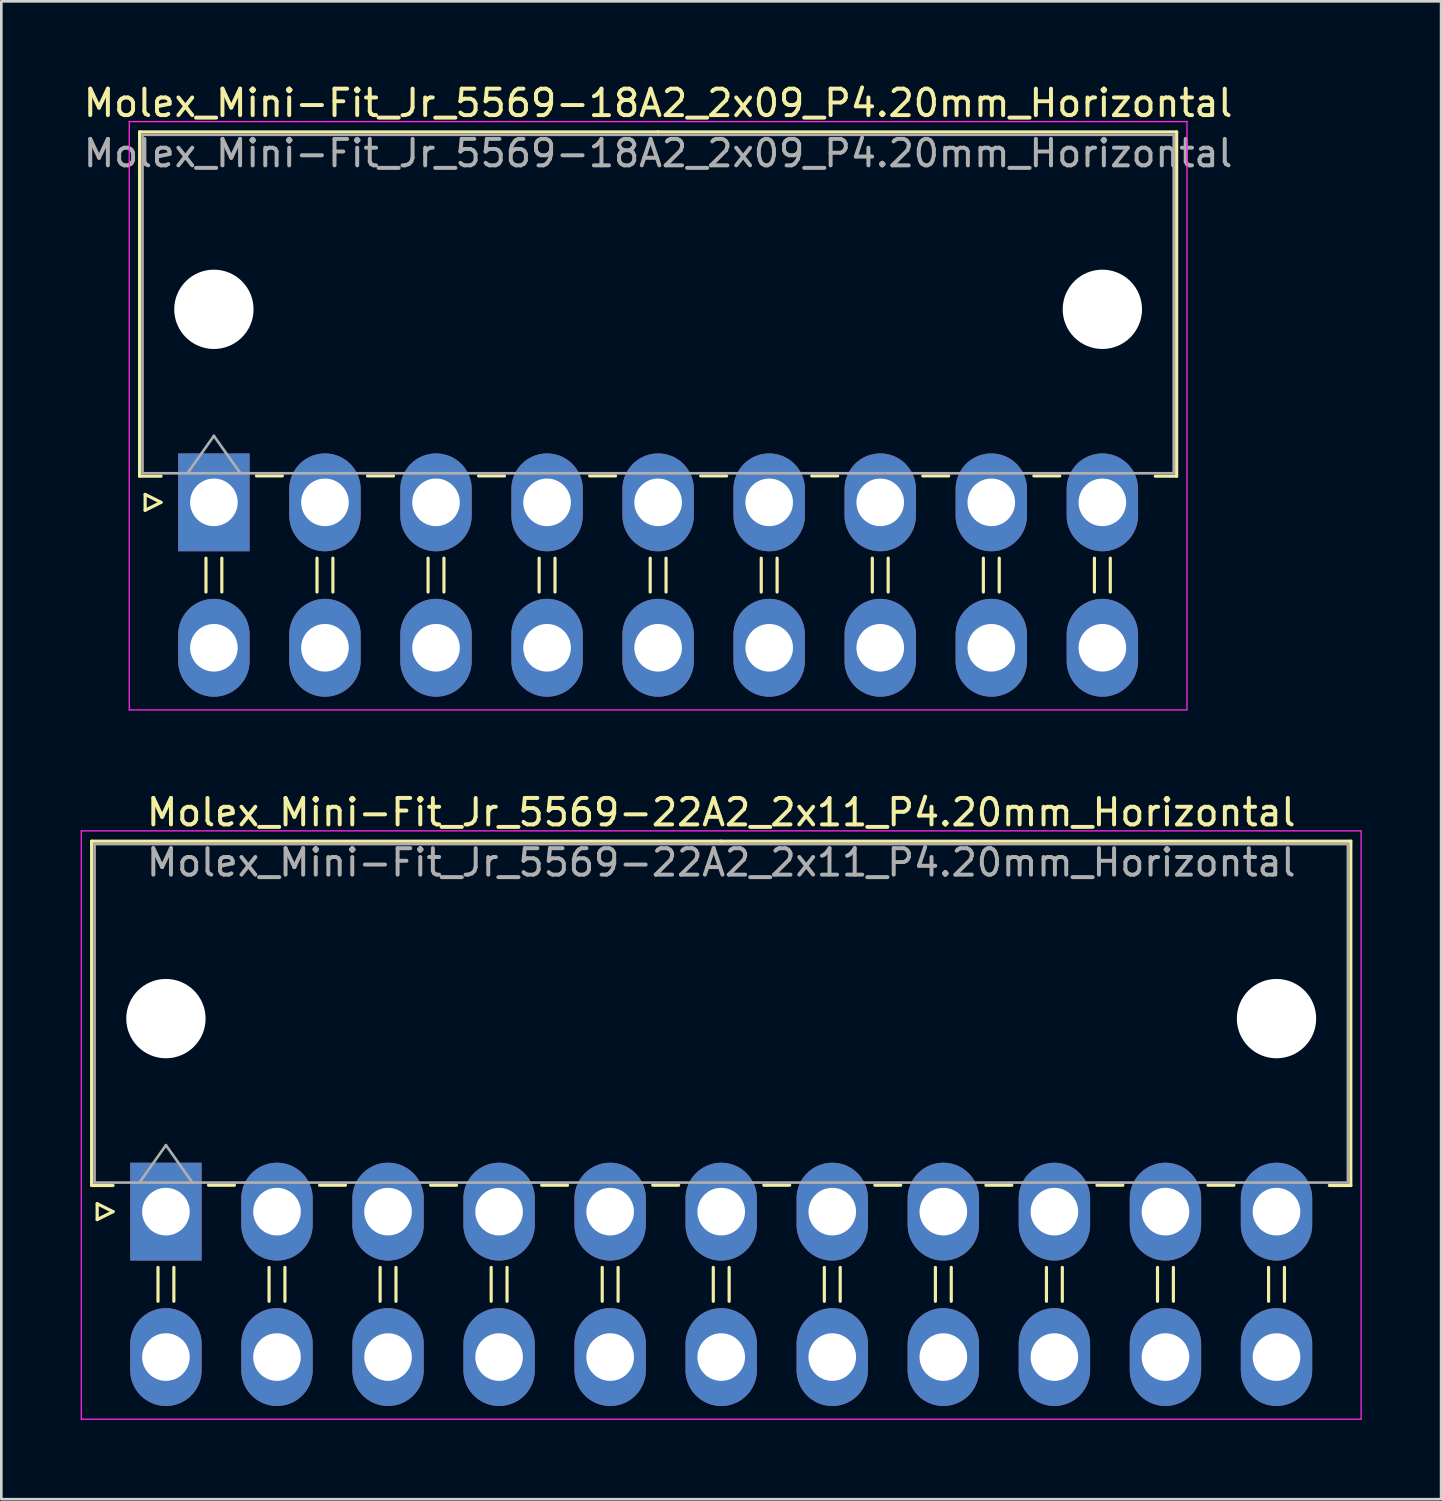
<source format=kicad_pcb>
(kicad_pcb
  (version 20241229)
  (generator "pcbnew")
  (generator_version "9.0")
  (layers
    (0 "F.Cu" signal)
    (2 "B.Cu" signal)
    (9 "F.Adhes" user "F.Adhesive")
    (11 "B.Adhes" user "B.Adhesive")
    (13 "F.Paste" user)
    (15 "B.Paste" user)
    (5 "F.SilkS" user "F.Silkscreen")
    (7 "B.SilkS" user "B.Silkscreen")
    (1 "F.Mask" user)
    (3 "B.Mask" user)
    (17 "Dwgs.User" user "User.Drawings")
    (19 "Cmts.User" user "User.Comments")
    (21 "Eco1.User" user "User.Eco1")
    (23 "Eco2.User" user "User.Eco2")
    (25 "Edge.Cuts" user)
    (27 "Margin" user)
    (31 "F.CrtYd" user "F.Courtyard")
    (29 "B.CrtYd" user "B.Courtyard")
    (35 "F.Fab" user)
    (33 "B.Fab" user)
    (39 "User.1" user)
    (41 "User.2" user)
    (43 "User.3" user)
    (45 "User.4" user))
  (footprint "Molex_Mini-Fit_Jr_5569-18A2_2x09_P4.20mm_Horizontal"
    (layer "F.Cu")
    (at 5.039 15.948)
    (property "Reference" "Molex_Mini-Fit_Jr_5569-18A2_2x09_P4.20mm_Horizontal" (at 16.8 -15.1 0) (layer "F.SilkS") (effects (font (size 1 1) (thickness 0.15))))
    (attr through_hole)
    (fp_line (start -2.81 -14.01) (end 16.8 -14.01) (stroke (width 0.12) (type solid)) (layer "F.SilkS"))
    (fp_line (start -2.81 -0.99) (end -2.81 -14.01) (stroke (width 0.12) (type solid)) (layer "F.SilkS"))
    (fp_line (start -2.6 -0.3) (end -2 0) (stroke (width 0.12) (type solid)) (layer "F.SilkS"))
    (fp_line (start -2.6 0.3) (end -2.6 -0.3) (stroke (width 0.12) (type solid)) (layer "F.SilkS"))
    (fp_line (start -2 -0.99) (end -2.81 -0.99) (stroke (width 0.12) (type solid)) (layer "F.SilkS"))
    (fp_line (start -2 0) (end -2.6 0.3) (stroke (width 0.12) (type solid)) (layer "F.SilkS"))
    (fp_line (start -0.3 2.11) (end -0.3 3.39) (stroke (width 0.12) (type solid)) (layer "F.SilkS"))
    (fp_line (start 0.3 2.11) (end 0.3 3.39) (stroke (width 0.12) (type solid)) (layer "F.SilkS"))
    (fp_line (start 1.61 -1) (end 2.59 -1) (stroke (width 0.12) (type solid)) (layer "F.SilkS"))
    (fp_line (start 3.9 2.11) (end 3.9 3.39) (stroke (width 0.12) (type solid)) (layer "F.SilkS"))
    (fp_line (start 4.5 2.11) (end 4.5 3.39) (stroke (width 0.12) (type solid)) (layer "F.SilkS"))
    (fp_line (start 5.81 -1) (end 6.79 -1) (stroke (width 0.12) (type solid)) (layer "F.SilkS"))
    (fp_line (start 8.1 2.11) (end 8.1 3.39) (stroke (width 0.12) (type solid)) (layer "F.SilkS"))
    (fp_line (start 8.7 2.11) (end 8.7 3.39) (stroke (width 0.12) (type solid)) (layer "F.SilkS"))
    (fp_line (start 10.01 -1) (end 10.99 -1) (stroke (width 0.12) (type solid)) (layer "F.SilkS"))
    (fp_line (start 12.3 2.11) (end 12.3 3.39) (stroke (width 0.12) (type solid)) (layer "F.SilkS"))
    (fp_line (start 12.9 2.11) (end 12.9 3.39) (stroke (width 0.12) (type solid)) (layer "F.SilkS"))
    (fp_line (start 14.21 -1) (end 15.19 -1) (stroke (width 0.12) (type solid)) (layer "F.SilkS"))
    (fp_line (start 16.5 2.11) (end 16.5 3.39) (stroke (width 0.12) (type solid)) (layer "F.SilkS"))
    (fp_line (start 17.1 2.11) (end 17.1 3.39) (stroke (width 0.12) (type solid)) (layer "F.SilkS"))
    (fp_line (start 18.41 -1) (end 19.39 -1) (stroke (width 0.12) (type solid)) (layer "F.SilkS"))
    (fp_line (start 20.7 2.11) (end 20.7 3.39) (stroke (width 0.12) (type solid)) (layer "F.SilkS"))
    (fp_line (start 21.3 2.11) (end 21.3 3.39) (stroke (width 0.12) (type solid)) (layer "F.SilkS"))
    (fp_line (start 22.61 -1) (end 23.59 -1) (stroke (width 0.12) (type solid)) (layer "F.SilkS"))
    (fp_line (start 24.9 2.11) (end 24.9 3.39) (stroke (width 0.12) (type solid)) (layer "F.SilkS"))
    (fp_line (start 25.5 2.11) (end 25.5 3.39) (stroke (width 0.12) (type solid)) (layer "F.SilkS"))
    (fp_line (start 26.81 -1) (end 27.79 -1) (stroke (width 0.12) (type solid)) (layer "F.SilkS"))
    (fp_line (start 29.1 2.11) (end 29.1 3.39) (stroke (width 0.12) (type solid)) (layer "F.SilkS"))
    (fp_line (start 29.7 2.11) (end 29.7 3.39) (stroke (width 0.12) (type solid)) (layer "F.SilkS"))
    (fp_line (start 31.01 -1) (end 31.99 -1) (stroke (width 0.12) (type solid)) (layer "F.SilkS"))
    (fp_line (start 33.3 2.11) (end 33.3 3.39) (stroke (width 0.12) (type solid)) (layer "F.SilkS"))
    (fp_line (start 33.9 2.11) (end 33.9 3.39) (stroke (width 0.12) (type solid)) (layer "F.SilkS"))
    (fp_line (start 35.6 -0.99) (end 36.41 -0.99) (stroke (width 0.12) (type solid)) (layer "F.SilkS"))
    (fp_line (start 36.41 -14.01) (end 16.8 -14.01) (stroke (width 0.12) (type solid)) (layer "F.SilkS"))
    (fp_line (start 36.41 -0.99) (end 36.41 -14.01) (stroke (width 0.12) (type solid)) (layer "F.SilkS"))
    (fp_line (start -3.2 -14.4) (end -3.2 7.85) (stroke (width 0.05) (type solid)) (layer "F.CrtYd"))
    (fp_line (start -3.2 7.85) (end 36.8 7.85) (stroke (width 0.05) (type solid)) (layer "F.CrtYd"))
    (fp_line (start 36.8 -14.4) (end -3.2 -14.4) (stroke (width 0.05) (type solid)) (layer "F.CrtYd"))
    (fp_line (start 36.8 7.85) (end 36.8 -14.4) (stroke (width 0.05) (type solid)) (layer "F.CrtYd"))
    (fp_line (start -2.7 -13.9) (end -2.7 -1.1) (stroke (width 0.1) (type solid)) (layer "F.Fab"))
    (fp_line (start -2.7 -1.1) (end 36.3 -1.1) (stroke (width 0.1) (type solid)) (layer "F.Fab"))
    (fp_line (start -1 -1.1) (end 0 -2.514) (stroke (width 0.1) (type solid)) (layer "F.Fab"))
    (fp_line (start 0 -2.514) (end 1 -1.1) (stroke (width 0.1) (type solid)) (layer "F.Fab"))
    (fp_line (start 36.3 -13.9) (end -2.7 -13.9) (stroke (width 0.1) (type solid)) (layer "F.Fab"))
    (fp_line (start 36.3 -1.1) (end 36.3 -13.9) (stroke (width 0.1) (type solid)) (layer "F.Fab"))
    (fp_text user "${REFERENCE}" (at 16.8 -13.2 0) (layer "F.Fab") (effects (font (size 1 1) (thickness 0.15))))
    (pad "" np_thru_hole circle (at 0 -7.3) (size 3 3) (drill 3) (layers "*.Cu" "*.Mask"))
    (pad "" np_thru_hole circle (at 33.6 -7.3) (size 3 3) (drill 3) (layers "*.Cu" "*.Mask"))
    (pad "1" thru_hole rect (at 0 0) (size 2.7 3.7) (drill 1.8) (layers "*.Cu" "*.Mask"))
    (pad "2" thru_hole oval (at 4.2 0) (size 2.7 3.7) (drill 1.8) (layers "*.Cu" "*.Mask"))
    (pad "3" thru_hole oval (at 8.4 0) (size 2.7 3.7) (drill 1.8) (layers "*.Cu" "*.Mask"))
    (pad "4" thru_hole oval (at 12.6 0) (size 2.7 3.7) (drill 1.8) (layers "*.Cu" "*.Mask"))
    (pad "5" thru_hole oval (at 16.8 0) (size 2.7 3.7) (drill 1.8) (layers "*.Cu" "*.Mask"))
    (pad "6" thru_hole oval (at 21 0) (size 2.7 3.7) (drill 1.8) (layers "*.Cu" "*.Mask"))
    (pad "7" thru_hole oval (at 25.2 0) (size 2.7 3.7) (drill 1.8) (layers "*.Cu" "*.Mask"))
    (pad "8" thru_hole oval (at 29.4 0) (size 2.7 3.7) (drill 1.8) (layers "*.Cu" "*.Mask"))
    (pad "9" thru_hole oval (at 33.6 0) (size 2.7 3.7) (drill 1.8) (layers "*.Cu" "*.Mask"))
    (pad "10" thru_hole oval (at 0 5.5) (size 2.7 3.7) (drill 1.8) (layers "*.Cu" "*.Mask"))
    (pad "11" thru_hole oval (at 4.2 5.5) (size 2.7 3.7) (drill 1.8) (layers "*.Cu" "*.Mask"))
    (pad "12" thru_hole oval (at 8.4 5.5) (size 2.7 3.7) (drill 1.8) (layers "*.Cu" "*.Mask"))
    (pad "13" thru_hole oval (at 12.6 5.5) (size 2.7 3.7) (drill 1.8) (layers "*.Cu" "*.Mask"))
    (pad "14" thru_hole oval (at 16.8 5.5) (size 2.7 3.7) (drill 1.8) (layers "*.Cu" "*.Mask"))
    (pad "15" thru_hole oval (at 21 5.5) (size 2.7 3.7) (drill 1.8) (layers "*.Cu" "*.Mask"))
    (pad "16" thru_hole oval (at 25.2 5.5) (size 2.7 3.7) (drill 1.8) (layers "*.Cu" "*.Mask"))
    (pad "17" thru_hole oval (at 29.4 5.5) (size 2.7 3.7) (drill 1.8) (layers "*.Cu" "*.Mask"))
    (pad "18" thru_hole oval (at 33.6 5.5) (size 2.7 3.7) (drill 1.8) (layers "*.Cu" "*.Mask")))
  (footprint "Molex_Mini-Fit_Jr_5569-22A2_2x11_P4.20mm_Horizontal"
    (layer "F.Cu")
    (at 3.225 42.772)
    (property "Reference" "Molex_Mini-Fit_Jr_5569-22A2_2x11_P4.20mm_Horizontal" (at 21 -15.1 0) (layer "F.SilkS") (effects (font (size 1 1) (thickness 0.15))))
    (attr through_hole)
    (fp_line (start -2.81 -14.01) (end 21 -14.01) (stroke (width 0.12) (type solid)) (layer "F.SilkS"))
    (fp_line (start -2.81 -0.99) (end -2.81 -14.01) (stroke (width 0.12) (type solid)) (layer "F.SilkS"))
    (fp_line (start -2.6 -0.3) (end -2 0) (stroke (width 0.12) (type solid)) (layer "F.SilkS"))
    (fp_line (start -2.6 0.3) (end -2.6 -0.3) (stroke (width 0.12) (type solid)) (layer "F.SilkS"))
    (fp_line (start -2 -0.99) (end -2.81 -0.99) (stroke (width 0.12) (type solid)) (layer "F.SilkS"))
    (fp_line (start -2 0) (end -2.6 0.3) (stroke (width 0.12) (type solid)) (layer "F.SilkS"))
    (fp_line (start -0.3 2.11) (end -0.3 3.39) (stroke (width 0.12) (type solid)) (layer "F.SilkS"))
    (fp_line (start 0.3 2.11) (end 0.3 3.39) (stroke (width 0.12) (type solid)) (layer "F.SilkS"))
    (fp_line (start 1.61 -1) (end 2.59 -1) (stroke (width 0.12) (type solid)) (layer "F.SilkS"))
    (fp_line (start 3.9 2.11) (end 3.9 3.39) (stroke (width 0.12) (type solid)) (layer "F.SilkS"))
    (fp_line (start 4.5 2.11) (end 4.5 3.39) (stroke (width 0.12) (type solid)) (layer "F.SilkS"))
    (fp_line (start 5.81 -1) (end 6.79 -1) (stroke (width 0.12) (type solid)) (layer "F.SilkS"))
    (fp_line (start 8.1 2.11) (end 8.1 3.39) (stroke (width 0.12) (type solid)) (layer "F.SilkS"))
    (fp_line (start 8.7 2.11) (end 8.7 3.39) (stroke (width 0.12) (type solid)) (layer "F.SilkS"))
    (fp_line (start 10.01 -1) (end 10.99 -1) (stroke (width 0.12) (type solid)) (layer "F.SilkS"))
    (fp_line (start 12.3 2.11) (end 12.3 3.39) (stroke (width 0.12) (type solid)) (layer "F.SilkS"))
    (fp_line (start 12.9 2.11) (end 12.9 3.39) (stroke (width 0.12) (type solid)) (layer "F.SilkS"))
    (fp_line (start 14.21 -1) (end 15.19 -1) (stroke (width 0.12) (type solid)) (layer "F.SilkS"))
    (fp_line (start 16.5 2.11) (end 16.5 3.39) (stroke (width 0.12) (type solid)) (layer "F.SilkS"))
    (fp_line (start 17.1 2.11) (end 17.1 3.39) (stroke (width 0.12) (type solid)) (layer "F.SilkS"))
    (fp_line (start 18.41 -1) (end 19.39 -1) (stroke (width 0.12) (type solid)) (layer "F.SilkS"))
    (fp_line (start 20.7 2.11) (end 20.7 3.39) (stroke (width 0.12) (type solid)) (layer "F.SilkS"))
    (fp_line (start 21.3 2.11) (end 21.3 3.39) (stroke (width 0.12) (type solid)) (layer "F.SilkS"))
    (fp_line (start 22.61 -1) (end 23.59 -1) (stroke (width 0.12) (type solid)) (layer "F.SilkS"))
    (fp_line (start 24.9 2.11) (end 24.9 3.39) (stroke (width 0.12) (type solid)) (layer "F.SilkS"))
    (fp_line (start 25.5 2.11) (end 25.5 3.39) (stroke (width 0.12) (type solid)) (layer "F.SilkS"))
    (fp_line (start 26.81 -1) (end 27.79 -1) (stroke (width 0.12) (type solid)) (layer "F.SilkS"))
    (fp_line (start 29.1 2.11) (end 29.1 3.39) (stroke (width 0.12) (type solid)) (layer "F.SilkS"))
    (fp_line (start 29.7 2.11) (end 29.7 3.39) (stroke (width 0.12) (type solid)) (layer "F.SilkS"))
    (fp_line (start 31.01 -1) (end 31.99 -1) (stroke (width 0.12) (type solid)) (layer "F.SilkS"))
    (fp_line (start 33.3 2.11) (end 33.3 3.39) (stroke (width 0.12) (type solid)) (layer "F.SilkS"))
    (fp_line (start 33.9 2.11) (end 33.9 3.39) (stroke (width 0.12) (type solid)) (layer "F.SilkS"))
    (fp_line (start 35.21 -1) (end 36.19 -1) (stroke (width 0.12) (type solid)) (layer "F.SilkS"))
    (fp_line (start 37.5 2.11) (end 37.5 3.39) (stroke (width 0.12) (type solid)) (layer "F.SilkS"))
    (fp_line (start 38.1 2.11) (end 38.1 3.39) (stroke (width 0.12) (type solid)) (layer "F.SilkS"))
    (fp_line (start 39.41 -1) (end 40.39 -1) (stroke (width 0.12) (type solid)) (layer "F.SilkS"))
    (fp_line (start 41.7 2.11) (end 41.7 3.39) (stroke (width 0.12) (type solid)) (layer "F.SilkS"))
    (fp_line (start 42.3 2.11) (end 42.3 3.39) (stroke (width 0.12) (type solid)) (layer "F.SilkS"))
    (fp_line (start 44 -0.99) (end 44.81 -0.99) (stroke (width 0.12) (type solid)) (layer "F.SilkS"))
    (fp_line (start 44.81 -14.01) (end 21 -14.01) (stroke (width 0.12) (type solid)) (layer "F.SilkS"))
    (fp_line (start 44.81 -0.99) (end 44.81 -14.01) (stroke (width 0.12) (type solid)) (layer "F.SilkS"))
    (fp_line (start -3.2 -14.4) (end -3.2 7.85) (stroke (width 0.05) (type solid)) (layer "F.CrtYd"))
    (fp_line (start -3.2 7.85) (end 45.2 7.85) (stroke (width 0.05) (type solid)) (layer "F.CrtYd"))
    (fp_line (start 45.2 -14.4) (end -3.2 -14.4) (stroke (width 0.05) (type solid)) (layer "F.CrtYd"))
    (fp_line (start 45.2 7.85) (end 45.2 -14.4) (stroke (width 0.05) (type solid)) (layer "F.CrtYd"))
    (fp_line (start -2.7 -13.9) (end -2.7 -1.1) (stroke (width 0.1) (type solid)) (layer "F.Fab"))
    (fp_line (start -2.7 -1.1) (end 44.7 -1.1) (stroke (width 0.1) (type solid)) (layer "F.Fab"))
    (fp_line (start -1 -1.1) (end 0 -2.514) (stroke (width 0.1) (type solid)) (layer "F.Fab"))
    (fp_line (start 0 -2.514) (end 1 -1.1) (stroke (width 0.1) (type solid)) (layer "F.Fab"))
    (fp_line (start 44.7 -13.9) (end -2.7 -13.9) (stroke (width 0.1) (type solid)) (layer "F.Fab"))
    (fp_line (start 44.7 -1.1) (end 44.7 -13.9) (stroke (width 0.1) (type solid)) (layer "F.Fab"))
    (fp_text user "${REFERENCE}" (at 21 -13.2 0) (layer "F.Fab") (effects (font (size 1 1) (thickness 0.15))))
    (pad "" np_thru_hole circle (at 0 -7.3) (size 3 3) (drill 3) (layers "*.Cu" "*.Mask"))
    (pad "" np_thru_hole circle (at 42 -7.3) (size 3 3) (drill 3) (layers "*.Cu" "*.Mask"))
    (pad "1" thru_hole rect (at 0 0) (size 2.7 3.7) (drill 1.8) (layers "*.Cu" "*.Mask"))
    (pad "2" thru_hole oval (at 4.2 0) (size 2.7 3.7) (drill 1.8) (layers "*.Cu" "*.Mask"))
    (pad "3" thru_hole oval (at 8.4 0) (size 2.7 3.7) (drill 1.8) (layers "*.Cu" "*.Mask"))
    (pad "4" thru_hole oval (at 12.6 0) (size 2.7 3.7) (drill 1.8) (layers "*.Cu" "*.Mask"))
    (pad "5" thru_hole oval (at 16.8 0) (size 2.7 3.7) (drill 1.8) (layers "*.Cu" "*.Mask"))
    (pad "6" thru_hole oval (at 21 0) (size 2.7 3.7) (drill 1.8) (layers "*.Cu" "*.Mask"))
    (pad "7" thru_hole oval (at 25.2 0) (size 2.7 3.7) (drill 1.8) (layers "*.Cu" "*.Mask"))
    (pad "8" thru_hole oval (at 29.4 0) (size 2.7 3.7) (drill 1.8) (layers "*.Cu" "*.Mask"))
    (pad "9" thru_hole oval (at 33.6 0) (size 2.7 3.7) (drill 1.8) (layers "*.Cu" "*.Mask"))
    (pad "10" thru_hole oval (at 37.8 0) (size 2.7 3.7) (drill 1.8) (layers "*.Cu" "*.Mask"))
    (pad "11" thru_hole oval (at 42 0) (size 2.7 3.7) (drill 1.8) (layers "*.Cu" "*.Mask"))
    (pad "12" thru_hole oval (at 0 5.5) (size 2.7 3.7) (drill 1.8) (layers "*.Cu" "*.Mask"))
    (pad "13" thru_hole oval (at 4.2 5.5) (size 2.7 3.7) (drill 1.8) (layers "*.Cu" "*.Mask"))
    (pad "14" thru_hole oval (at 8.4 5.5) (size 2.7 3.7) (drill 1.8) (layers "*.Cu" "*.Mask"))
    (pad "15" thru_hole oval (at 12.6 5.5) (size 2.7 3.7) (drill 1.8) (layers "*.Cu" "*.Mask"))
    (pad "16" thru_hole oval (at 16.8 5.5) (size 2.7 3.7) (drill 1.8) (layers "*.Cu" "*.Mask"))
    (pad "17" thru_hole oval (at 21 5.5) (size 2.7 3.7) (drill 1.8) (layers "*.Cu" "*.Mask"))
    (pad "18" thru_hole oval (at 25.2 5.5) (size 2.7 3.7) (drill 1.8) (layers "*.Cu" "*.Mask"))
    (pad "19" thru_hole oval (at 29.4 5.5) (size 2.7 3.7) (drill 1.8) (layers "*.Cu" "*.Mask"))
    (pad "20" thru_hole oval (at 33.6 5.5) (size 2.7 3.7) (drill 1.8) (layers "*.Cu" "*.Mask"))
    (pad "21" thru_hole oval (at 37.8 5.5) (size 2.7 3.7) (drill 1.8) (layers "*.Cu" "*.Mask"))
    (pad "22" thru_hole oval (at 42 5.5) (size 2.7 3.7) (drill 1.8) (layers "*.Cu" "*.Mask")))
  (gr_rect
    (start -3 -3)
    (end 51.45 53.647)
    (stroke (width 0.1) (type default))
    (fill no)
    (layer "Edge.Cuts")))
</source>
